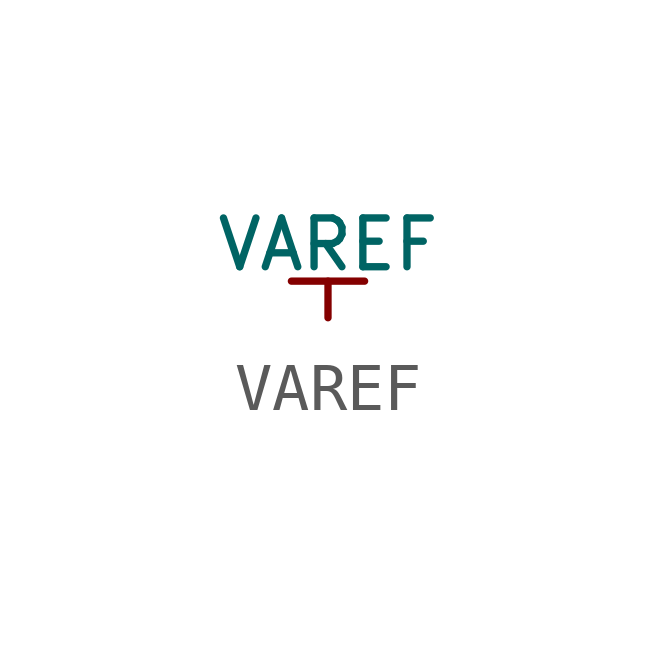
<source format=kicad_sym>
(kicad_symbol_lib
  (version 20211014)
  (generator kicad_symbol_editor)
  (symbol "VAREF"
    (power)
    (pin_numbers hide)
    (pin_names
      (offset 0) hide)
    (property "Reference" "#PWR"
      (at 0.254 0 0)
      (effects (font (size 0.508 0.508)) hide))
    (property "Value" "VAREF"
      (at 0 1.524 0)
      (effects (font (size 1.016 1.016))))
    (symbol "VAREF_0_1"
      (polyline (pts (xy -0.762 0.762) (xy 0.762 0.762)) (stroke (width 0) (type default) (color 0 0 0 0)) (fill (type none)))
      (polyline (pts (xy 0 0) (xy 0 0.762)) (stroke (width 0) (type default) (color 0 0 0 0)) (fill (type none))))
    (symbol "VAREF_1_1"
      (pin power_in line (at 0 0 90) (length 0) hide (name "VAREF" (effects (font (size 1.27 1.27)))) (number "1" (effects (font (size 1.27 1.27))))))))
</source>
